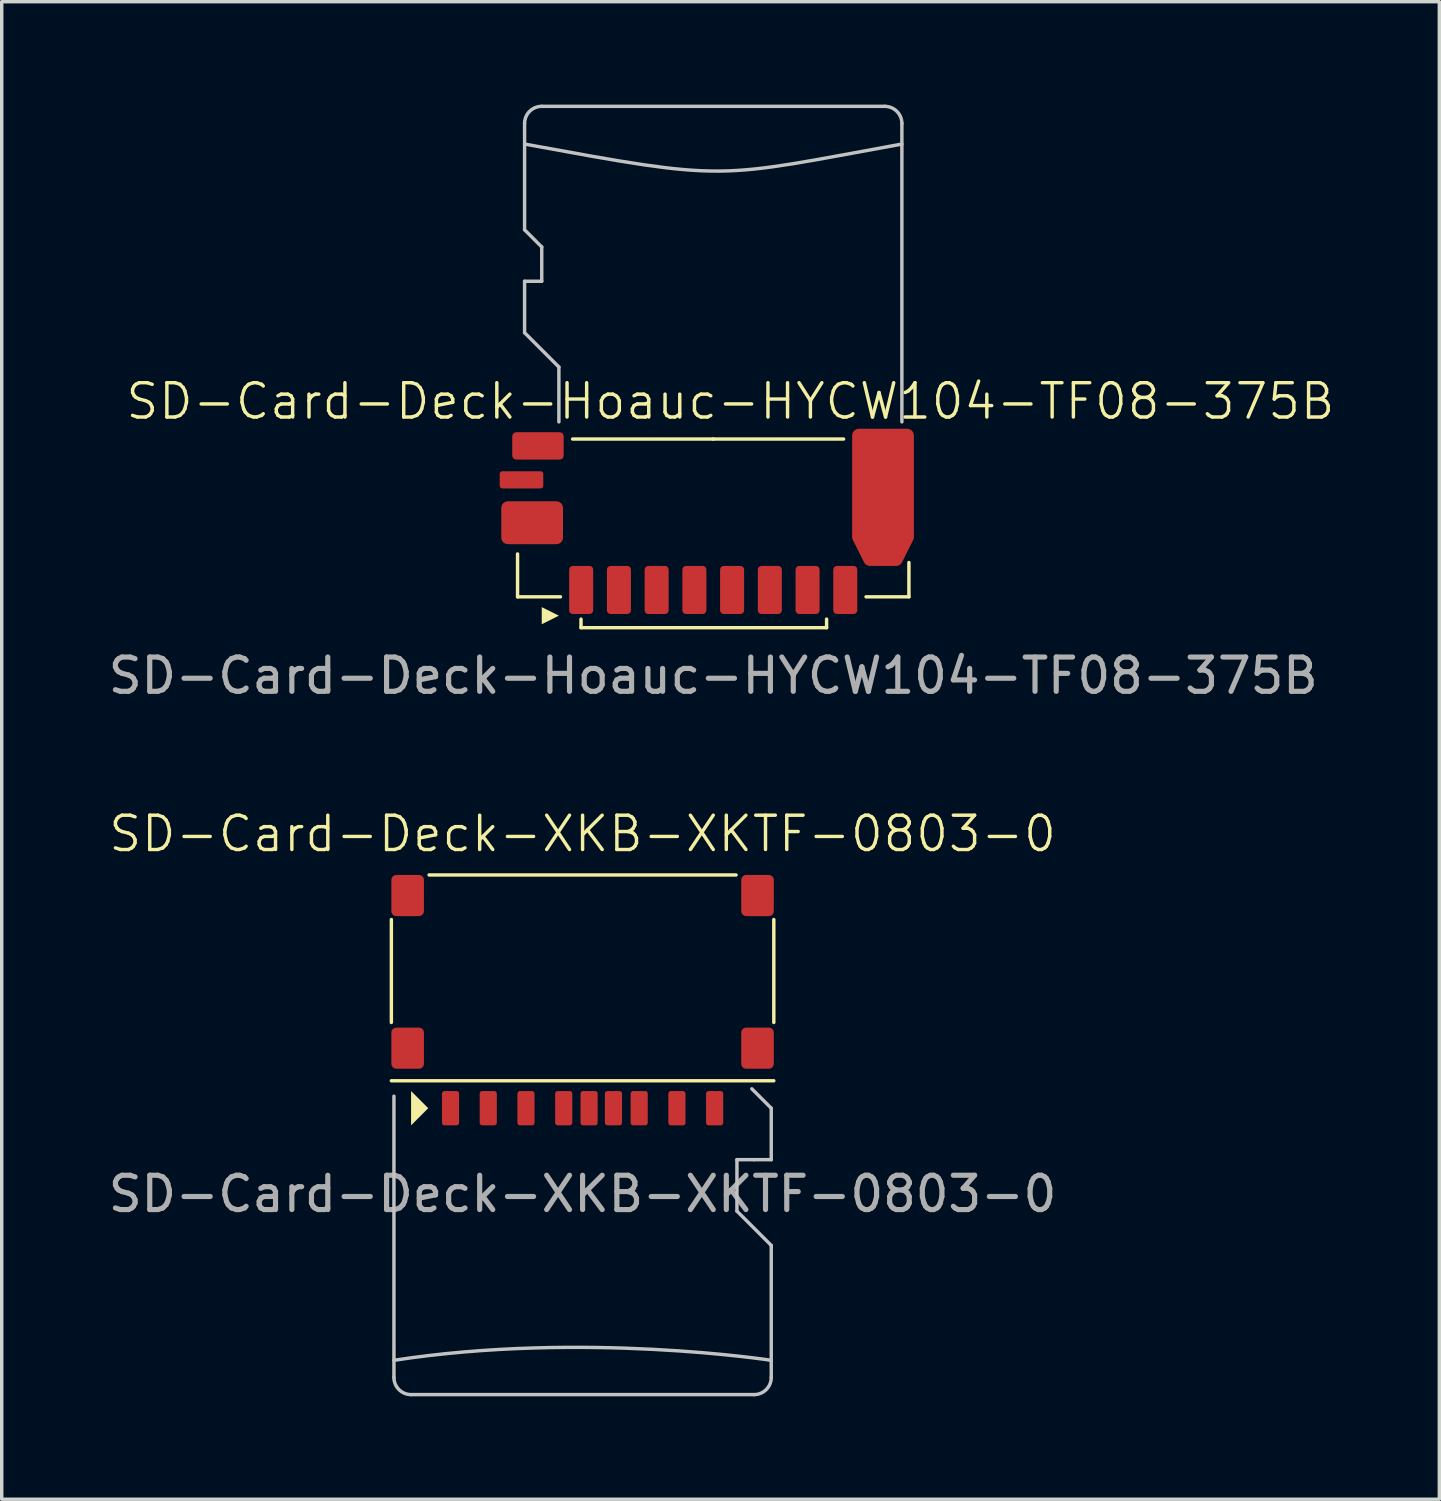
<source format=kicad_pcb>
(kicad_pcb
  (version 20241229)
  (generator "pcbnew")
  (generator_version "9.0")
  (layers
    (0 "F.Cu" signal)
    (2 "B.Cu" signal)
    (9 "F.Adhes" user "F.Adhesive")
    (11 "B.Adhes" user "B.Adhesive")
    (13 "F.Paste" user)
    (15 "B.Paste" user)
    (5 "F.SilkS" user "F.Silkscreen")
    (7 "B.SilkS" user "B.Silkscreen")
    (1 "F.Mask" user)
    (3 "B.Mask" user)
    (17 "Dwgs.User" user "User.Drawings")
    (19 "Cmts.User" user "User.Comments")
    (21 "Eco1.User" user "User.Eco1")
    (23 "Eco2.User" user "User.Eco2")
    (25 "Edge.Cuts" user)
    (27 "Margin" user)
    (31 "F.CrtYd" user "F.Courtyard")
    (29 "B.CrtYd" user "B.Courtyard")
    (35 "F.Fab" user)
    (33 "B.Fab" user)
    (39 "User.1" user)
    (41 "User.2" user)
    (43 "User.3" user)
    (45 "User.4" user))
  (footprint "SD-Card-Deck-Hoauc-HYCW104-TF08-375B"
    (layer "F.Cu")
    (at 17.744 14.15)
    (property "Reference" "SD-Card-Deck-Hoauc-HYCW104-TF08-375B" (at 0.5 -5.5 0) (unlocked yes) (layer "F.SilkS") (effects (font (size 1 1) (thickness 0.1))))
    (attr smd)
    (fp_line (start -5.705 0.2) (end -5.705 -1.05) (stroke (width 0.1) (type solid)) (layer "F.SilkS"))
    (fp_line (start -5.705 0.2) (end -4.455 0.2) (stroke (width 0.1) (type solid)) (layer "F.SilkS"))
    (fp_line (start -4.1 -4.4) (end 0 -4.4) (stroke (width 0.1) (type solid)) (layer "F.SilkS"))
    (fp_line (start -3.855 0.85) (end -3.855 1.1) (stroke (width 0.1) (type solid)) (layer "F.SilkS"))
    (fp_line (start -3.855 1.1) (end 3.305 1.1) (stroke (width 0.1) (type default)) (layer "F.SilkS"))
    (fp_line (start 0 -4.4) (end 3.8 -4.4) (stroke (width 0.1) (type solid)) (layer "F.SilkS"))
    (fp_line (start 3.305 0.85) (end 3.305 1.1) (stroke (width 0.1) (type solid)) (layer "F.SilkS"))
    (fp_line (start 4.455 0.2) (end 5.705 0.2) (stroke (width 0.1) (type solid)) (layer "F.SilkS"))
    (fp_line (start 5.705 0.2) (end 5.705 -0.8) (stroke (width 0.1) (type solid)) (layer "F.SilkS"))
    (fp_poly (pts (xy -4.5 0.75) (xy -5 0.5) (xy -5 1)) (stroke (width 0) (type solid)) (fill yes) (layer "F.SilkS"))
    (fp_line (start -5.5 -13.6) (end -5.5 -10.5) (stroke (width 0.1) (type default)) (layer "Dwgs.User"))
    (fp_line (start -5.5 -10.5) (end -5 -10) (stroke (width 0.1) (type default)) (layer "Dwgs.User"))
    (fp_line (start -5.5 -9) (end -5.5 -7.5) (stroke (width 0.1) (type default)) (layer "Dwgs.User"))
    (fp_line (start -5.5 -7.5) (end -4.5 -6.5) (stroke (width 0.1) (type default)) (layer "Dwgs.User"))
    (fp_line (start -5 -14.1) (end 5 -14.1) (stroke (width 0.1) (type solid)) (layer "Dwgs.User"))
    (fp_line (start -5 -10) (end -5 -9) (stroke (width 0.1) (type default)) (layer "Dwgs.User"))
    (fp_line (start -5 -9) (end -5.5 -9) (stroke (width 0.1) (type default)) (layer "Dwgs.User"))
    (fp_line (start -4.5 -6.5) (end -4.5 -4.9) (stroke (width 0.1) (type default)) (layer "Dwgs.User"))
    (fp_line (start 5.5 -4.9) (end 5.5 -13.6) (stroke (width 0.1) (type solid)) (layer "Dwgs.User"))
    (fp_arc (start -5.5 -13.6) (mid -5.353553 -13.953553) (end -5 -14.1) (stroke (width 0.1) (type default)) (layer "Dwgs.User"))
    (fp_arc (start 5 -14.1) (mid 5.353553 -13.953553) (end 5.5 -13.6) (stroke (width 0.1) (type default)) (layer "Dwgs.User"))
    (fp_curve (pts (xy 5.5 -13) (xy 0 -12) (xy 0.5 -11.9) (xy -5.5 -13)) (stroke (width 0.1) (type default)) (layer "Dwgs.User"))
    (fp_text user "${REFERENCE}" (at 0 2.5 0) (unlocked yes) (layer "F.Fab") (effects (font (size 1 1) (thickness 0.15))))
    (pad "1" smd roundrect (at -3.85 0 90) (size 1.4 0.7) (layers "F.Cu" "F.Mask" "F.Paste") (roundrect_rratio 0.15))
    (pad "2" smd roundrect (at -2.75 0 90) (size 1.4 0.7) (layers "F.Cu" "F.Mask" "F.Paste") (roundrect_rratio 0.15))
    (pad "3" smd roundrect (at -1.65 0 90) (size 1.4 0.7) (layers "F.Cu" "F.Mask" "F.Paste") (roundrect_rratio 0.15))
    (pad "4" smd roundrect (at -0.55 0 90) (size 1.4 0.7) (layers "F.Cu" "F.Mask" "F.Paste") (roundrect_rratio 0.15))
    (pad "5" smd roundrect (at 0.55 0 90) (size 1.4 0.7) (layers "F.Cu" "F.Mask" "F.Paste") (roundrect_rratio 0.15))
    (pad "6" smd roundrect (at 1.65 0 90) (size 1.4 0.7) (layers "F.Cu" "F.Mask" "F.Paste") (roundrect_rratio 0.15))
    (pad "7" smd roundrect (at 2.75 0 90) (size 1.4 0.7) (layers "F.Cu" "F.Mask" "F.Paste") (roundrect_rratio 0.15))
    (pad "8" smd roundrect (at 3.85 0 90) (size 1.4 0.7) (layers "F.Cu" "F.Mask" "F.Paste") (roundrect_rratio 0.15))
    (pad "9" smd roundrect (at -5.11 -4.2) (size 1.5 0.8) (layers "F.Cu" "F.Mask" "F.Paste") (roundrect_rratio 0.15))
    (pad "10" smd roundrect (at -5.59 -3.21) (size 1.27 0.5) (layers "F.Cu" "F.Mask" "F.Paste") (roundrect_rratio 0.15))
    (pad "11" smd roundrect (at -5.28 -1.96) (size 1.8 1.25) (layers "F.Cu" "F.Mask" "F.Paste") (roundrect_rratio 0.15))
    (pad "11" smd custom (at 4.95 -2.7) (size 1.5 1.5) (layers "F.Cu" "F.Mask" "F.Paste") (options (anchor circle)) (primitives (gr_poly (pts (xy -0.9 -0.525) (xy -0.883 -0.611) (xy -0.834 -0.684) (xy -0.761 -0.733) (xy -0.675 -0.75) (xy 0.675 -0.75) (xy 0.761 -0.733) (xy 0.834 -0.684) (xy 0.883 -0.611) (xy 0.9 -0.525) (xy 0.9 0.525) (xy 0.883 0.611) (xy 0.834 0.684) (xy 0.761 0.733) (xy 0.675 0.75) (xy -0.675 0.75) (xy -0.761 0.733) (xy -0.834 0.684) (xy -0.883 0.611) (xy -0.9 0.525)) (width 0) (fill yes)) (gr_poly (pts (arc (start 0.878886 1.242229) (mid 0.89465 1.198737) (end 0.9 1.152786)) (arc (start 0.9 -1.8) (mid 0.841421 -1.941421) (end 0.7 -2)) (arc (start -0.7 -2) (mid -0.841421 -1.941421) (end -0.9 -1.8)) (arc (start -0.9 1.152786) (mid -0.894647 1.198736) (end -0.878886 1.242229)) (arc (start -0.555279 1.889443) (mid -0.481542 1.970133) (end -0.376393 2)) (arc (start 0.376393 2) (mid 0.481539 1.970128) (end 0.555279 1.889443))) (width 0) (fill yes)))))
  (footprint "SD-Card-Deck-XKB-XKTF-0803-0"
    (layer "F.Cu")
    (at 13.935 29.259)
    (property "Reference" "SD-Card-Deck-XKB-XKTF-0803-0" (at 0 -8 0) (unlocked yes) (layer "F.SilkS") (effects (font (size 1 1) (thickness 0.1))))
    (attr smd)
    (fp_line (start -5.575 -5.5) (end -5.575 -2.5) (stroke (width 0.1) (type solid)) (layer "F.SilkS"))
    (fp_line (start -5.575 -0.8) (end 5.575 -0.8) (stroke (width 0.1) (type solid)) (layer "F.SilkS"))
    (fp_line (start 4.475 -6.8) (end -4.475 -6.8) (stroke (width 0.1) (type default)) (layer "F.SilkS"))
    (fp_line (start 5.575 -5.5) (end 5.575 -2.5) (stroke (width 0.1) (type solid)) (layer "F.SilkS"))
    (fp_poly (pts (xy -5 0) (xy -5 0.5) (xy -4.5 0) (xy -5 -0.5)) (stroke (width 0) (type solid)) (fill yes) (layer "F.SilkS"))
    (fp_line (start -5.5 -0.35) (end -5.5 7.85) (stroke (width 0.1) (type solid)) (layer "Dwgs.User"))
    (fp_line (start -5 8.35) (end 5 8.35) (stroke (width 0.1) (type solid)) (layer "Dwgs.User"))
    (fp_line (start 4.5 1.5) (end 4.5 3) (stroke (width 0.1) (type solid)) (layer "Dwgs.User"))
    (fp_line (start 4.5 3) (end 5.5 4) (stroke (width 0.1) (type solid)) (layer "Dwgs.User"))
    (fp_line (start 5 1.5) (end 4.5 1.5) (stroke (width 0.1) (type solid)) (layer "Dwgs.User"))
    (fp_line (start 5.5 0) (end 4.934 -0.566) (stroke (width 0.1) (type solid)) (layer "Dwgs.User"))
    (fp_line (start 5.5 1.5) (end 5 1.5) (stroke (width 0.1) (type solid)) (layer "Dwgs.User"))
    (fp_line (start 5.5 1.5) (end 5.5 0) (stroke (width 0.1) (type solid)) (layer "Dwgs.User"))
    (fp_line (start 5.5 7.85) (end 5.5 4) (stroke (width 0.1) (type solid)) (layer "Dwgs.User"))
    (fp_arc (start -5 8.35) (mid -5.353553 8.203553) (end -5.5 7.85) (stroke (width 0.1) (type default)) (layer "Dwgs.User"))
    (fp_arc (start 5.5 7.85) (mid 5.353553 8.203553) (end 5 8.35) (stroke (width 0.1) (type default)) (layer "Dwgs.User"))
    (fp_curve (pts (xy -5.5 7.35) (xy 0 6.5) (xy 5.5 7.35) (xy 5.5 7.35)) (stroke (width 0.1) (type solid)) (layer "Dwgs.User"))
    (fp_text user "${REFERENCE}" (at 0 2.5 0) (unlocked yes) (layer "F.Fab") (effects (font (size 1 1) (thickness 0.15))))
    (pad "1" smd roundrect (at -3.85 0 90) (size 1 0.5) (layers "F.Cu" "F.Mask" "F.Paste") (roundrect_rratio 0.15))
    (pad "2" smd roundrect (at -2.75 0 90) (size 1 0.5) (layers "F.Cu" "F.Mask" "F.Paste") (roundrect_rratio 0.15))
    (pad "3" smd roundrect (at -1.65 0 90) (size 1 0.5) (layers "F.Cu" "F.Mask" "F.Paste") (roundrect_rratio 0.15))
    (pad "4" smd roundrect (at -0.55 0 90) (size 1 0.5) (layers "F.Cu" "F.Mask" "F.Paste") (roundrect_rratio 0.15))
    (pad "5" smd roundrect (at 0.9 0 90) (size 1 0.5) (layers "F.Cu" "F.Mask" "F.Paste") (roundrect_rratio 0.15))
    (pad "6" smd roundrect (at 1.65 0 90) (size 1 0.5) (layers "F.Cu" "F.Mask" "F.Paste") (roundrect_rratio 0.15))
    (pad "7" smd roundrect (at 2.75 0 90) (size 1 0.5) (layers "F.Cu" "F.Mask" "F.Paste") (roundrect_rratio 0.15))
    (pad "8" smd roundrect (at 3.85 0 90) (size 1 0.5) (layers "F.Cu" "F.Mask" "F.Paste") (roundrect_rratio 0.15))
    (pad "9" smd roundrect (at 0.19 0 90) (size 1 0.5) (layers "F.Cu" "F.Mask" "F.Paste") (roundrect_rratio 0.15))
    (pad "11" smd roundrect (at -5.1 -6.2 90) (size 1.2 0.95) (layers "F.Cu" "F.Mask" "F.Paste") (roundrect_rratio 0.15))
    (pad "11" smd roundrect (at -5.1 -1.75 90) (size 1.2 0.95) (layers "F.Cu" "F.Mask" "F.Paste") (roundrect_rratio 0.15))
    (pad "11" smd roundrect (at 5.1 -6.2 90) (size 1.2 0.95) (layers "F.Cu" "F.Mask" "F.Paste") (roundrect_rratio 0.15))
    (pad "11" smd roundrect (at 5.1 -1.75 90) (size 1.2 0.95) (layers "F.Cu" "F.Mask" "F.Paste") (roundrect_rratio 0.15)))
  (gr_rect
    (start -3 -3)
    (end 38.913 40.659)
    (stroke (width 0.1) (type default))
    (fill no)
    (layer "Edge.Cuts")))
</source>
